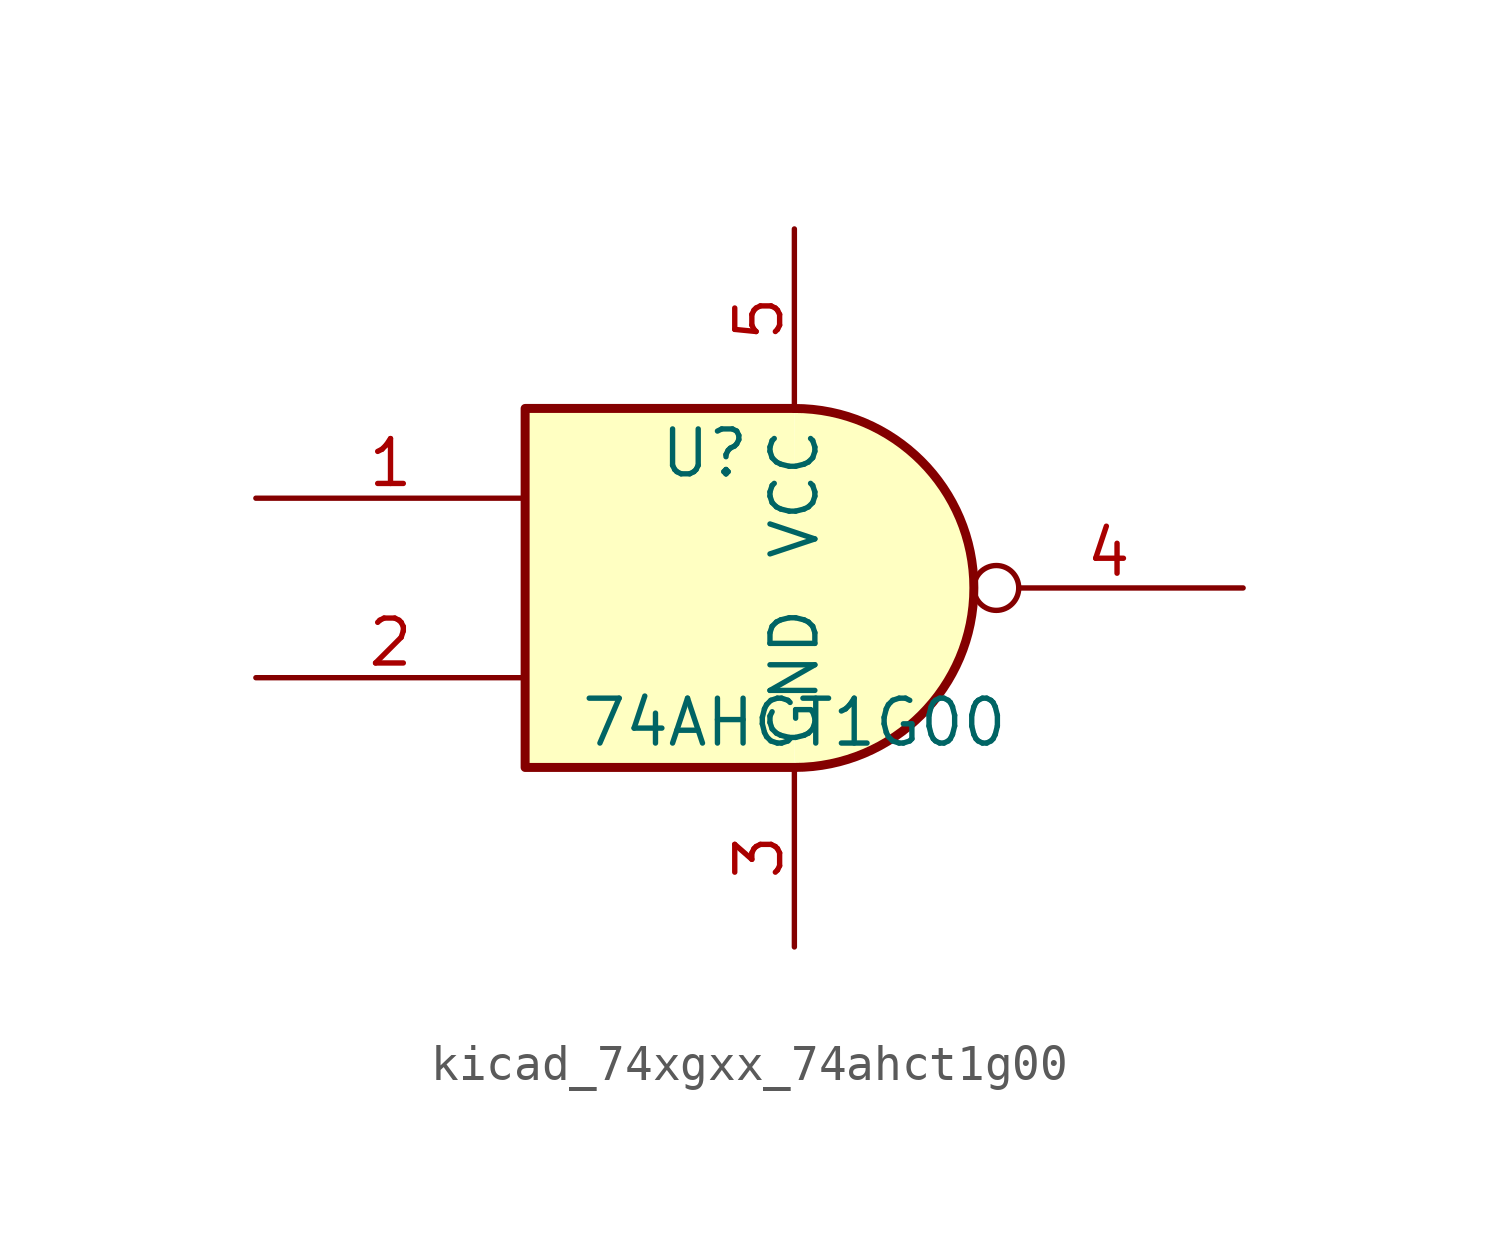
<source format=kicad_sym>
(kicad_symbol_lib
  (version 20220914)
  (generator kicad_symbol_editor)
  (symbol "kicad_74xgxx_74ahct1g00"
    (property "Reference" "U"
      (at -2.54 3.81 0)
      (effects (font (size 1.27 1.27))))
    (property "Value" "74AHCT1G00"
      (at 0 -3.81 0)
      (effects (font (size 1.27 1.27))))
    (symbol "kicad_74xgxx_74ahct1g00_0_1"
      (arc (start 0 -5.08) (mid 5.0579 0) (end 0 5.08) (stroke (width 0.254) (type default)) (fill (type background)))
      (polyline (pts (xy 0 -5.08) (xy -7.62 -5.08) (xy -7.62 5.08) (xy 0 5.08)) (stroke (width 0.254) (type default)) (fill (type background))))
    (symbol "kicad_74xgxx_74ahct1g00_1_1"
      (pin input line (at -15.24 2.54 0) (length 7.62) (name "~" (effects (font (size 1.27 1.27)))) (number "1" (effects (font (size 1.27 1.27)))))
      (pin input line (at -15.24 -2.54 0) (length 7.62) (name "~" (effects (font (size 1.27 1.27)))) (number "2" (effects (font (size 1.27 1.27)))))
      (pin power_in line (at 0 -10.16 90) (length 5.08) (name "GND" (effects (font (size 1.27 1.27)))) (number "3" (effects (font (size 1.27 1.27)))))
      (pin output inverted (at 12.7 0 180) (length 7.62) (name "~" (effects (font (size 1.27 1.27)))) (number "4" (effects (font (size 1.27 1.27)))))
      (pin power_in line (at 0 10.16 270) (length 5.08) (name "VCC" (effects (font (size 1.27 1.27)))) (number "5" (effects (font (size 1.27 1.27))))))))
</source>
